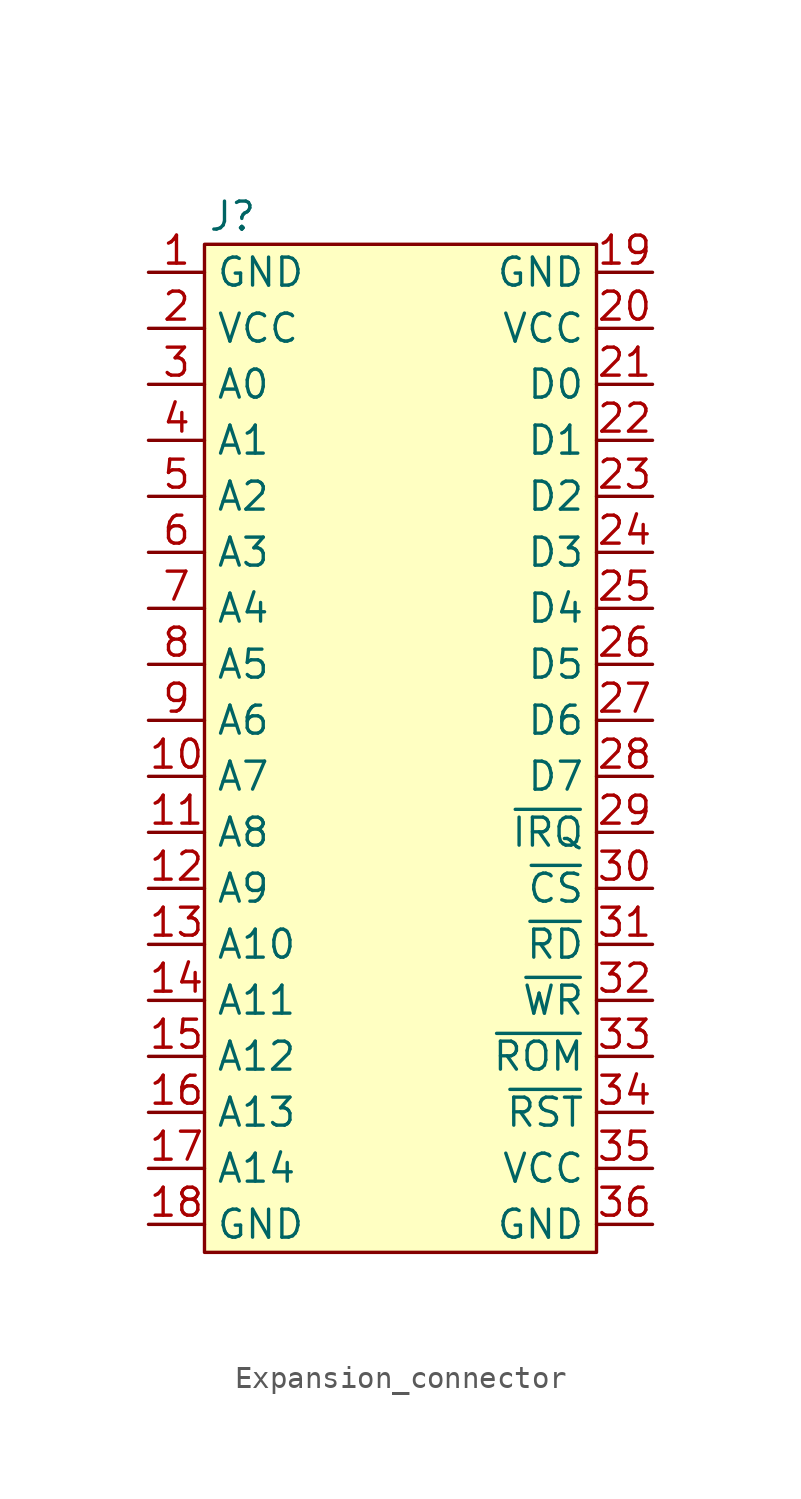
<source format=kicad_sym>
(kicad_symbol_lib
  (version 20241209)
  (generator "kicad_symbol_editor")
  (generator_version "9.0")
  (symbol "Expansion_connector"
    (property "Reference" "J"
      (at -7.62 24.13 0)
      (effects (font (size 1.27 1.27))))
    (property "Value" ""
      (at 0 0 0)
      (effects (font (size 1.27 1.27))))
    (symbol "Expansion_connector_1_1"
      (rectangle (start -8.89 22.86) (end 8.89 -22.86) (stroke (width 0) (type default)) (fill (type background)))
      (pin power_out line (at -11.43 21.59 0) (length 2.54) (name "GND" (effects (font (size 1.27 1.27)))) (number "1" (effects (font (size 1.27 1.27)))))
      (pin power_out line (at -11.43 19.05 0) (length 2.54) (name "VCC" (effects (font (size 1.27 1.27)))) (number "2" (effects (font (size 1.27 1.27)))))
      (pin output line (at -11.43 16.51 0) (length 2.54) (name "A0" (effects (font (size 1.27 1.27)))) (number "3" (effects (font (size 1.27 1.27)))))
      (pin output line (at -11.43 13.97 0) (length 2.54) (name "A1" (effects (font (size 1.27 1.27)))) (number "4" (effects (font (size 1.27 1.27)))))
      (pin output line (at -11.43 11.43 0) (length 2.54) (name "A2" (effects (font (size 1.27 1.27)))) (number "5" (effects (font (size 1.27 1.27)))))
      (pin output line (at -11.43 8.89 0) (length 2.54) (name "A3" (effects (font (size 1.27 1.27)))) (number "6" (effects (font (size 1.27 1.27)))))
      (pin output line (at -11.43 6.35 0) (length 2.54) (name "A4" (effects (font (size 1.27 1.27)))) (number "7" (effects (font (size 1.27 1.27)))))
      (pin output line (at -11.43 3.81 0) (length 2.54) (name "A5" (effects (font (size 1.27 1.27)))) (number "8" (effects (font (size 1.27 1.27)))))
      (pin output line (at -11.43 1.27 0) (length 2.54) (name "A6" (effects (font (size 1.27 1.27)))) (number "9" (effects (font (size 1.27 1.27)))))
      (pin output line (at -11.43 -1.27 0) (length 2.54) (name "A7" (effects (font (size 1.27 1.27)))) (number "10" (effects (font (size 1.27 1.27)))))
      (pin output line (at -11.43 -3.81 0) (length 2.54) (name "A8" (effects (font (size 1.27 1.27)))) (number "11" (effects (font (size 1.27 1.27)))))
      (pin output line (at -11.43 -6.35 0) (length 2.54) (name "A9" (effects (font (size 1.27 1.27)))) (number "12" (effects (font (size 1.27 1.27)))))
      (pin output line (at -11.43 -8.89 0) (length 2.54) (name "A10" (effects (font (size 1.27 1.27)))) (number "13" (effects (font (size 1.27 1.27)))))
      (pin output line (at -11.43 -11.43 0) (length 2.54) (name "A11" (effects (font (size 1.27 1.27)))) (number "14" (effects (font (size 1.27 1.27)))))
      (pin output line (at -11.43 -13.97 0) (length 2.54) (name "A12" (effects (font (size 1.27 1.27)))) (number "15" (effects (font (size 1.27 1.27)))))
      (pin output line (at -11.43 -16.51 0) (length 2.54) (name "A13" (effects (font (size 1.27 1.27)))) (number "16" (effects (font (size 1.27 1.27)))))
      (pin output line (at -11.43 -19.05 0) (length 2.54) (name "A14" (effects (font (size 1.27 1.27)))) (number "17" (effects (font (size 1.27 1.27)))))
      (pin power_out line (at -11.43 -21.59 0) (length 2.54) (name "GND" (effects (font (size 1.27 1.27)))) (number "18" (effects (font (size 1.27 1.27)))))
      (pin power_out line (at 11.43 21.59 180) (length 2.54) (name "GND" (effects (font (size 1.27 1.27)))) (number "19" (effects (font (size 1.27 1.27)))))
      (pin power_out line (at 11.43 19.05 180) (length 2.54) (name "VCC" (effects (font (size 1.27 1.27)))) (number "20" (effects (font (size 1.27 1.27)))))
      (pin bidirectional line (at 11.43 16.51 180) (length 2.54) (name "D0" (effects (font (size 1.27 1.27)))) (number "21" (effects (font (size 1.27 1.27)))))
      (pin bidirectional line (at 11.43 13.97 180) (length 2.54) (name "D1" (effects (font (size 1.27 1.27)))) (number "22" (effects (font (size 1.27 1.27)))))
      (pin bidirectional line (at 11.43 11.43 180) (length 2.54) (name "D2" (effects (font (size 1.27 1.27)))) (number "23" (effects (font (size 1.27 1.27)))))
      (pin bidirectional line (at 11.43 8.89 180) (length 2.54) (name "D3" (effects (font (size 1.27 1.27)))) (number "24" (effects (font (size 1.27 1.27)))))
      (pin bidirectional line (at 11.43 6.35 180) (length 2.54) (name "D4" (effects (font (size 1.27 1.27)))) (number "25" (effects (font (size 1.27 1.27)))))
      (pin bidirectional line (at 11.43 3.81 180) (length 2.54) (name "D5" (effects (font (size 1.27 1.27)))) (number "26" (effects (font (size 1.27 1.27)))))
      (pin bidirectional line (at 11.43 1.27 180) (length 2.54) (name "D6" (effects (font (size 1.27 1.27)))) (number "27" (effects (font (size 1.27 1.27)))))
      (pin bidirectional line (at 11.43 -1.27 180) (length 2.54) (name "D7" (effects (font (size 1.27 1.27)))) (number "28" (effects (font (size 1.27 1.27)))))
      (pin open_collector line (at 11.43 -3.81 180) (length 2.54) (name "~{IRQ}" (effects (font (size 1.27 1.27)))) (number "29" (effects (font (size 1.27 1.27)))))
      (pin output line (at 11.43 -6.35 180) (length 2.54) (name "~{CS}" (effects (font (size 1.27 1.27)))) (number "30" (effects (font (size 1.27 1.27)))))
      (pin output line (at 11.43 -8.89 180) (length 2.54) (name "~{RD}" (effects (font (size 1.27 1.27)))) (number "31" (effects (font (size 1.27 1.27)))))
      (pin output line (at 11.43 -11.43 180) (length 2.54) (name "~{WR}" (effects (font (size 1.27 1.27)))) (number "32" (effects (font (size 1.27 1.27)))))
      (pin open_collector line (at 11.43 -13.97 180) (length 2.54) (name "~{ROM}" (effects (font (size 1.27 1.27)))) (number "33" (effects (font (size 1.27 1.27)))))
      (pin open_collector line (at 11.43 -16.51 180) (length 2.54) (name "~{RST}" (effects (font (size 1.27 1.27)))) (number "34" (effects (font (size 1.27 1.27)))))
      (pin power_out line (at 11.43 -19.05 180) (length 2.54) (name "VCC" (effects (font (size 1.27 1.27)))) (number "35" (effects (font (size 1.27 1.27)))))
      (pin power_out line (at 11.43 -21.59 180) (length 2.54) (name "GND" (effects (font (size 1.27 1.27)))) (number "36" (effects (font (size 1.27 1.27))))))))
</source>
